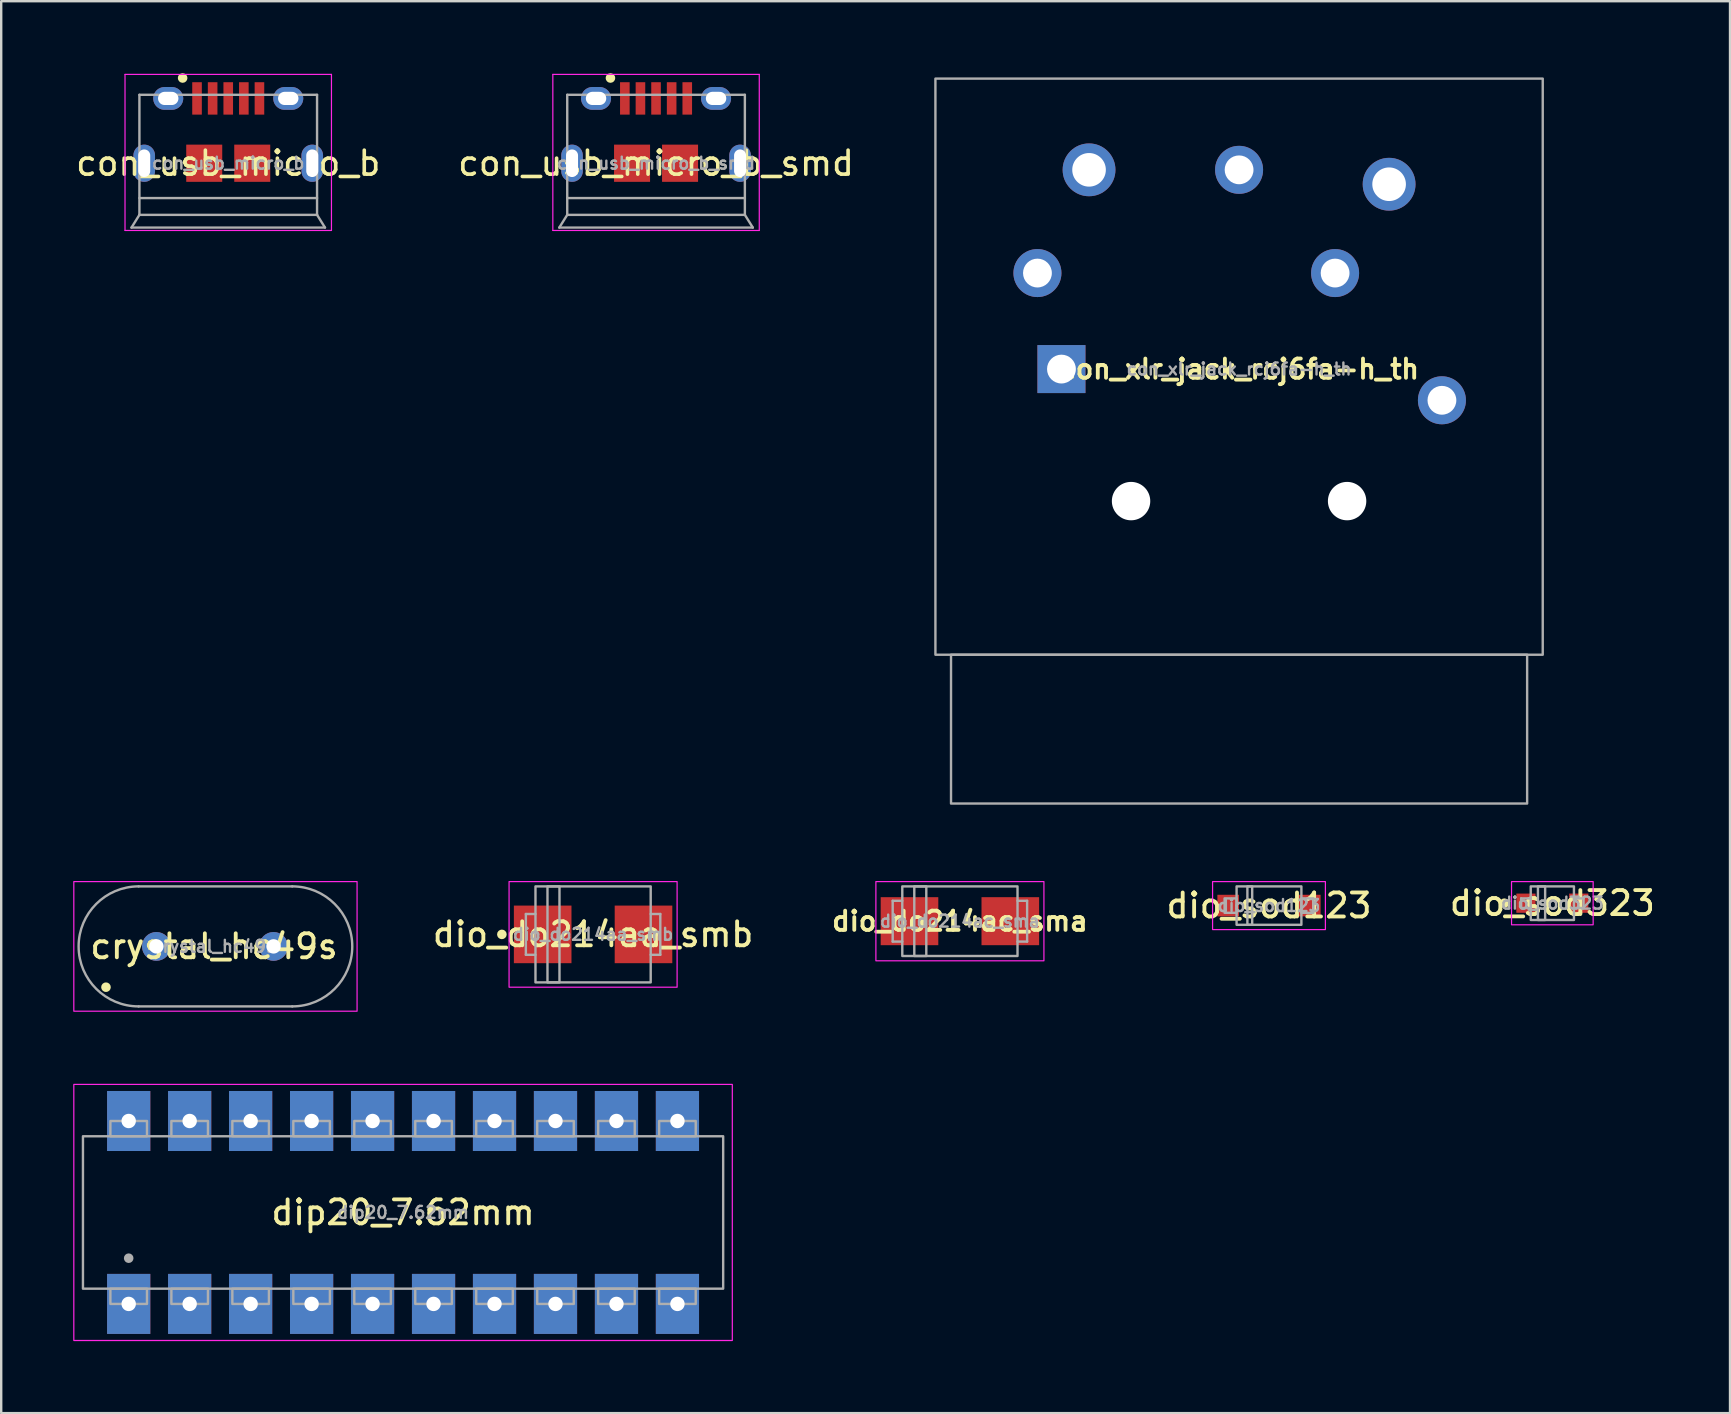
<source format=kicad_pcb>
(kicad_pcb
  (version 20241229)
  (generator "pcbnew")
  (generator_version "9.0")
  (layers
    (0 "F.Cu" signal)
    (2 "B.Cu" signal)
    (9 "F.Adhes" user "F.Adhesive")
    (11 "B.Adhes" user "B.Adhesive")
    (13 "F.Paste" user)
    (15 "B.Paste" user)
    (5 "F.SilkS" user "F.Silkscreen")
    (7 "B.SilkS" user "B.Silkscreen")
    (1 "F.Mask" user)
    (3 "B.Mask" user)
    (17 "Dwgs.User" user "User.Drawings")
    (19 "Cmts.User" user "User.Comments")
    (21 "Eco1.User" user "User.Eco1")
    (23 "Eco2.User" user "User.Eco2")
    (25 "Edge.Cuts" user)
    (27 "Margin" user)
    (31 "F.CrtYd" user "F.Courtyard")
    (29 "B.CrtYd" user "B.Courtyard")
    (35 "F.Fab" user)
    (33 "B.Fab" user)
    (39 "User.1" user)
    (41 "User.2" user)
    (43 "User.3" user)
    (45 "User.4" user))
  (footprint "con_usb_micro_b"
    (layer "F.Cu")
    (at 6.458 3.75)
    (property "Reference" "con_usb_micro_b" (at 0 0 0) (layer "F.SilkS") (effects (font (size 1 1) (thickness 0.15))))
    (attr smd)
    (fp_circle (center -1.9 -3.55) (end -1.8 -3.55) (stroke (width 0.2) (type solid)) (fill no) (layer "F.SilkS"))
    (fp_poly (pts (xy -3.1 0.73) (xy -3.9 0.73) (xy -3.9 -0.73) (xy -3.1 -0.73)) (stroke (width 0.1) (type solid)) (fill yes) (layer "F.Paste"))
    (fp_poly (pts (xy -1.92 -2.27) (xy -3.08 -2.27) (xy -3.08 -3.13) (xy -1.92 -3.13)) (stroke (width 0.1) (type solid)) (fill yes) (layer "F.Paste"))
    (fp_poly (pts (xy 3.08 -2.27) (xy 1.92 -2.27) (xy 1.92 -3.13) (xy 3.08 -3.13)) (stroke (width 0.1) (type solid)) (fill yes) (layer "F.Paste"))
    (fp_poly (pts (xy 3.9 0.73) (xy 3.1 0.73) (xy 3.1 -0.73) (xy 3.9 -0.73)) (stroke (width 0.1) (type solid)) (fill yes) (layer "F.Paste"))
    (fp_line (start -4.3 -3.7) (end 4.3 -3.7) (stroke (width 0.05) (type solid)) (layer "F.CrtYd"))
    (fp_line (start -4.3 2.8) (end -4.3 -3.7) (stroke (width 0.05) (type solid)) (layer "F.CrtYd"))
    (fp_line (start 4.3 -3.7) (end 4.3 2.8) (stroke (width 0.05) (type solid)) (layer "F.CrtYd"))
    (fp_line (start 4.3 2.8) (end -4.3 2.8) (stroke (width 0.05) (type solid)) (layer "F.CrtYd"))
    (fp_line (start -4.03 2.68) (end 4.03 2.68) (stroke (width 0.1) (type solid)) (layer "F.Fab"))
    (fp_line (start -3.7 -2.85) (end -3.7 2.15) (stroke (width 0.1) (type solid)) (layer "F.Fab"))
    (fp_line (start -3.7 1.45) (end 3.7 1.45) (stroke (width 0.1) (type solid)) (layer "F.Fab"))
    (fp_line (start -3.7 2.15) (end -4.03 2.68) (stroke (width 0.1) (type solid)) (layer "F.Fab"))
    (fp_line (start -3.7 2.15) (end 3.7 2.15) (stroke (width 0.1) (type solid)) (layer "F.Fab"))
    (fp_line (start 3.7 -2.85) (end -3.7 -2.85) (stroke (width 0.1) (type solid)) (layer "F.Fab"))
    (fp_line (start 3.7 2.15) (end 3.7 -2.85) (stroke (width 0.1) (type solid)) (layer "F.Fab"))
    (fp_line (start 3.7 2.15) (end 4.03 2.68) (stroke (width 0.1) (type solid)) (layer "F.Fab"))
    (fp_text user "${REFERENCE}" (at 0 0 0) (layer "F.Fab") (effects (font (size 0.5 0.5) (thickness 0.1))))
    (pad "1" smd rect (at -1.3 -2.7) (size 0.4 1.35) (layers "F.Cu" "F.Mask" "F.Paste"))
    (pad "2" smd rect (at -0.65 -2.7) (size 0.4 1.35) (layers "F.Cu" "F.Mask" "F.Paste"))
    (pad "3" smd rect (at 0 -2.7) (size 0.4 1.35) (layers "F.Cu" "F.Mask" "F.Paste"))
    (pad "4" smd rect (at 0.65 -2.7) (size 0.4 1.35) (layers "F.Cu" "F.Mask" "F.Paste"))
    (pad "5" smd rect (at 1.3 -2.7) (size 0.4 1.35) (layers "F.Cu" "F.Mask" "F.Paste"))
    (pad "6" thru_hole oval (at -3.5 0) (size 0.9 1.55) (drill oval 0.5 1.15) (layers "*.Cu" "*.Mask"))
    (pad "6" thru_hole oval (at -2.5 -2.7) (size 1.25 0.95) (drill oval 0.85 0.55) (layers "*.Cu" "*.Mask"))
    (pad "6" smd rect (at -1 0) (size 1.5 1.55) (layers "F.Cu" "F.Mask" "F.Paste"))
    (pad "6" smd rect (at 1 0) (size 1.5 1.55) (layers "F.Cu" "F.Mask" "F.Paste"))
    (pad "6" thru_hole oval (at 2.5 -2.7) (size 1.25 0.95) (drill oval 0.85 0.55) (layers "*.Cu" "*.Mask"))
    (pad "6" thru_hole oval (at 3.5 0) (size 0.9 1.55) (drill oval 0.5 1.15) (layers "*.Cu" "*.Mask")))
  (footprint "dio_do214aa_smb"
    (layer "F.Cu")
    (at 21.657 35.875)
    (property "Reference" "dio_do214aa_smb" (at 0 0 0) (unlocked yes) (layer "F.SilkS") (effects (font (size 1 1) (thickness 0.16))))
    (attr smd)
    (fp_circle (center -3.8 0) (end -3.7 0) (stroke (width 0.2) (type solid)) (fill no) (layer "F.SilkS"))
    (fp_rect (start -3.5 -2.2) (end 3.5 2.2) (stroke (width 0.05) (type solid)) (fill no) (layer "F.CrtYd"))
    (fp_line (start -2.8 -0.85) (end -2.8 0.85) (stroke (width 0.1) (type solid)) (layer "F.Fab"))
    (fp_line (start -2.8 0.85) (end -2.4 0.85) (stroke (width 0.1) (type solid)) (layer "F.Fab"))
    (fp_line (start -2.4 -0.85) (end -2.8 -0.85) (stroke (width 0.1) (type solid)) (layer "F.Fab"))
    (fp_line (start 2.4 0.85) (end 2.8 0.85) (stroke (width 0.1) (type solid)) (layer "F.Fab"))
    (fp_line (start 2.8 -0.85) (end 2.4 -0.85) (stroke (width 0.1) (type solid)) (layer "F.Fab"))
    (fp_line (start 2.8 0.85) (end 2.8 -0.85) (stroke (width 0.1) (type solid)) (layer "F.Fab"))
    (fp_rect (start -2.4 -2) (end 2.4 2) (stroke (width 0.1) (type solid)) (fill no) (layer "F.Fab"))
    (fp_rect (start -1.9 -2) (end -1.4 2) (stroke (width 0.1) (type solid)) (fill no) (layer "F.Fab"))
    (fp_text user "${REFERENCE}" (at 0 0 0) (unlocked yes) (layer "F.Fab") (effects (font (size 0.5 0.5) (thickness 0.1) (bold yes))))
    (pad "1" smd rect (at -2.1 0) (size 2.4 2.4) (layers "F.Cu" "F.Mask" "F.Paste"))
    (pad "2" smd rect (at 2.1 0) (size 2.4 2.4) (layers "F.Cu" "F.Mask" "F.Paste")))
  (footprint "dip20_7.62mm"
    (layer "F.Cu")
    (at 2.311 51.269)
    (property "Reference" "dip20_7.62mm" (at 11.43 -3.81 0) (unlocked yes) (layer "F.SilkS") (effects (font (size 1 1) (thickness 0.16))))
    (attr smd)
    (fp_rect (start -2.286 1.524) (end 25.146 -9.144) (stroke (width 0.05) (type default)) (fill no) (layer "F.CrtYd"))
    (fp_rect (start -1.905 -6.985) (end 24.765 -0.635) (stroke (width 0.1) (type default)) (fill no) (layer "F.Fab"))
    (fp_rect (start -0.762 -6.985) (end 0.762 -7.62) (stroke (width 0.1) (type default)) (fill no) (layer "F.Fab"))
    (fp_rect (start -0.762 0) (end 0.762 -0.635) (stroke (width 0.1) (type default)) (fill no) (layer "F.Fab"))
    (fp_rect (start 1.778 -6.985) (end 3.302 -7.62) (stroke (width 0.1) (type default)) (fill no) (layer "F.Fab"))
    (fp_rect (start 1.778 0) (end 3.302 -0.635) (stroke (width 0.1) (type default)) (fill no) (layer "F.Fab"))
    (fp_rect (start 4.318 -6.985) (end 5.842 -7.62) (stroke (width 0.1) (type default)) (fill no) (layer "F.Fab"))
    (fp_rect (start 4.318 0) (end 5.842 -0.635) (stroke (width 0.1) (type default)) (fill no) (layer "F.Fab"))
    (fp_rect (start 6.858 -6.985) (end 8.382 -7.62) (stroke (width 0.1) (type default)) (fill no) (layer "F.Fab"))
    (fp_rect (start 6.858 0) (end 8.382 -0.635) (stroke (width 0.1) (type default)) (fill no) (layer "F.Fab"))
    (fp_rect (start 9.398 -6.985) (end 10.922 -7.62) (stroke (width 0.1) (type default)) (fill no) (layer "F.Fab"))
    (fp_rect (start 9.398 0) (end 10.922 -0.635) (stroke (width 0.1) (type default)) (fill no) (layer "F.Fab"))
    (fp_rect (start 11.938 -6.985) (end 13.462 -7.62) (stroke (width 0.1) (type default)) (fill no) (layer "F.Fab"))
    (fp_rect (start 11.938 0) (end 13.462 -0.635) (stroke (width 0.1) (type default)) (fill no) (layer "F.Fab"))
    (fp_rect (start 14.478 -6.985) (end 16.002 -7.62) (stroke (width 0.1) (type default)) (fill no) (layer "F.Fab"))
    (fp_rect (start 14.478 0) (end 16.002 -0.635) (stroke (width 0.1) (type default)) (fill no) (layer "F.Fab"))
    (fp_rect (start 17.018 -6.985) (end 18.542 -7.62) (stroke (width 0.1) (type default)) (fill no) (layer "F.Fab"))
    (fp_rect (start 17.018 0) (end 18.542 -0.635) (stroke (width 0.1) (type default)) (fill no) (layer "F.Fab"))
    (fp_rect (start 19.558 -6.985) (end 21.082 -7.62) (stroke (width 0.1) (type default)) (fill no) (layer "F.Fab"))
    (fp_rect (start 19.558 0) (end 21.082 -0.635) (stroke (width 0.1) (type default)) (fill no) (layer "F.Fab"))
    (fp_rect (start 22.098 -6.985) (end 23.622 -7.62) (stroke (width 0.1) (type default)) (fill no) (layer "F.Fab"))
    (fp_rect (start 22.098 0) (end 23.622 -0.635) (stroke (width 0.1) (type default)) (fill no) (layer "F.Fab"))
    (fp_circle (center 0 -1.905) (end 0.1 -1.905) (stroke (width 0.2) (type solid)) (fill no) (layer "F.Fab"))
    (fp_text user "${REFERENCE}" (at 11.43 -3.81 0) (unlocked yes) (layer "F.Fab") (effects (font (size 0.5 0.5) (thickness 0.1) (bold yes))))
    (pad "1" thru_hole rect (at 0 0) (size 1.8 2.5) (drill 0.6) (layers "*.Cu" "*.Mask"))
    (pad "2" thru_hole rect (at 2.54 0) (size 1.8 2.5) (drill 0.6) (layers "*.Cu" "*.Mask"))
    (pad "3" thru_hole rect (at 5.08 0) (size 1.8 2.5) (drill 0.6) (layers "*.Cu" "*.Mask"))
    (pad "4" thru_hole rect (at 7.62 0) (size 1.8 2.5) (drill 0.6) (layers "*.Cu" "*.Mask"))
    (pad "5" thru_hole rect (at 10.16 0) (size 1.8 2.5) (drill 0.6) (layers "*.Cu" "*.Mask"))
    (pad "6" thru_hole rect (at 12.7 0) (size 1.8 2.5) (drill 0.6) (layers "*.Cu" "*.Mask"))
    (pad "7" thru_hole rect (at 15.24 0) (size 1.8 2.5) (drill 0.6) (layers "*.Cu" "*.Mask"))
    (pad "8" thru_hole rect (at 17.78 0) (size 1.8 2.5) (drill 0.6) (layers "*.Cu" "*.Mask"))
    (pad "9" thru_hole rect (at 20.32 0) (size 1.8 2.5) (drill 0.6) (layers "*.Cu" "*.Mask"))
    (pad "10" thru_hole rect (at 22.86 0) (size 1.8 2.5) (drill 0.6) (layers "*.Cu" "*.Mask"))
    (pad "11" thru_hole rect (at 22.86 -7.62) (size 1.8 2.5) (drill 0.6) (layers "*.Cu" "*.Mask"))
    (pad "12" thru_hole rect (at 20.32 -7.62) (size 1.8 2.5) (drill 0.6) (layers "*.Cu" "*.Mask"))
    (pad "13" thru_hole rect (at 17.78 -7.62) (size 1.8 2.5) (drill 0.6) (layers "*.Cu" "*.Mask"))
    (pad "14" thru_hole rect (at 15.24 -7.62) (size 1.8 2.5) (drill 0.6) (layers "*.Cu" "*.Mask"))
    (pad "15" thru_hole rect (at 12.7 -7.62) (size 1.8 2.5) (drill 0.6) (layers "*.Cu" "*.Mask"))
    (pad "16" thru_hole rect (at 10.16 -7.62) (size 1.8 2.5) (drill 0.6) (layers "*.Cu" "*.Mask"))
    (pad "17" thru_hole rect (at 7.62 -7.62) (size 1.8 2.5) (drill 0.6) (layers "*.Cu" "*.Mask"))
    (pad "18" thru_hole rect (at 5.08 -7.62) (size 1.8 2.5) (drill 0.6) (layers "*.Cu" "*.Mask"))
    (pad "19" thru_hole rect (at 2.54 -7.62) (size 1.8 2.5) (drill 0.6) (layers "*.Cu" "*.Mask"))
    (pad "20" thru_hole rect (at 0 -7.62) (size 1.8 2.5) (drill 0.6) (layers "*.Cu" "*.Mask")))
  (footprint "dio_do214ac_sma"
    (layer "F.Cu")
    (at 36.938 35.325)
    (property "Reference" "dio_do214ac_sma" (at 0 0 0) (unlocked yes) (layer "F.SilkS") (effects (font (size 0.8 0.8) (thickness 0.16))))
    (attr smd)
    (fp_rect (start -3.5 -1.65) (end 3.5 1.65) (stroke (width 0.05) (type solid)) (fill no) (layer "F.CrtYd"))
    (fp_line (start -2.8 -0.85) (end -2.8 0.85) (stroke (width 0.1) (type solid)) (layer "F.Fab"))
    (fp_line (start -2.8 0.85) (end -2.4 0.85) (stroke (width 0.1) (type solid)) (layer "F.Fab"))
    (fp_line (start -2.4 -0.85) (end -2.8 -0.85) (stroke (width 0.1) (type solid)) (layer "F.Fab"))
    (fp_line (start 2.4 0.85) (end 2.8 0.85) (stroke (width 0.1) (type solid)) (layer "F.Fab"))
    (fp_line (start 2.8 -0.85) (end 2.4 -0.85) (stroke (width 0.1) (type solid)) (layer "F.Fab"))
    (fp_line (start 2.8 0.85) (end 2.8 -0.85) (stroke (width 0.1) (type solid)) (layer "F.Fab"))
    (fp_rect (start -2.4 -1.45) (end 2.4 1.45) (stroke (width 0.1) (type solid)) (fill no) (layer "F.Fab"))
    (fp_rect (start -1.9 -1.45) (end -1.4 1.45) (stroke (width 0.1) (type solid)) (fill no) (layer "F.Fab"))
    (fp_text user "${REFERENCE}" (at 0 0 0) (unlocked yes) (layer "F.Fab") (effects (font (size 0.5 0.5) (thickness 0.1) (bold yes))))
    (pad "1" smd rect (at -2.1 0) (size 2.4 2) (layers "F.Cu" "F.Mask" "F.Paste"))
    (pad "2" smd rect (at 2.1 0) (size 2.4 2) (layers "F.Cu" "F.Mask" "F.Paste")))
  (footprint "con_xlr_jack_rcj6fa-h_th"
    (layer "F.Cu")
    (at 41.168 12.325)
    (property "Reference" "con_xlr_jack_rcj6fa-h_th" (at 7.4 0 0) (layer "F.SilkS") (effects (font (size 0.8 0.8) (thickness 0.16))))
    (attr through_hole exclude_from_pos_files)
    (fp_rect (start -5.5 -12.3) (end 20.3 18.3) (stroke (width 0.05) (type solid)) (fill no) (layer "Margin"))
    (fp_rect (start -5.25 -12.1) (end 20.05 11.9) (stroke (width 0.1) (type solid)) (fill no) (layer "F.Fab"))
    (fp_rect (start -4.6 11.9) (end 19.4 18.1) (stroke (width 0.1) (type solid)) (fill no) (layer "F.Fab"))
    (fp_text user "${REFERENCE}" (at 7.4 0 0) (layer "F.Fab") (effects (font (size 0.5 0.5) (thickness 0.1) (bold yes))))
    (pad "" np_thru_hole circle (at 2.9 5.5) (size 1.6 1.6) (drill 1.6) (layers "*.Cu" "*.Mask"))
    (pad "" np_thru_hole circle (at 11.9 5.5) (size 1.6 1.6) (drill 1.6) (layers "*.Cu" "*.Mask"))
    (pad "1" thru_hole circle (at 13.65 -7.7) (size 2.2 2.2) (drill 1.4) (layers "*.Cu" "*.Mask"))
    (pad "2" thru_hole circle (at 1.15 -8.3) (size 2.2 2.2) (drill 1.4) (layers "*.Cu" "*.Mask"))
    (pad "3" thru_hole circle (at 7.4 -8.3) (size 2 2) (drill 1.2) (layers "*.Cu" "*.Mask"))
    (pad "G" thru_hole circle (at 15.85 1.3) (size 2 2) (drill 1.2) (layers "*.Cu" "*.Mask"))
    (pad "R" thru_hole circle (at 11.4 -4) (size 2 2) (drill 1.2) (layers "*.Cu" "*.Mask"))
    (pad "S" thru_hole rect (at 0 0) (size 2 2) (drill 1.2) (layers "*.Cu" "*.Mask"))
    (pad "T" thru_hole circle (at -1 -4) (size 2 2) (drill 1.2) (layers "*.Cu" "*.Mask")))
  (footprint "crystal_hc49s"
    (layer "F.Cu")
    (at 3.465 36.375)
    (property "Reference" "crystal_hc49s" (at 2.4 0 0) (unlocked yes) (layer "F.SilkS") (effects (font (size 1 1) (thickness 0.16))))
    (attr through_hole exclude_from_pos_files)
    (fp_circle (center -2.1 1.7) (end -2 1.7) (stroke (width 0.2) (type solid)) (fill no) (layer "F.SilkS"))
    (fp_rect (start -3.44 -2.7) (end 8.36 2.7) (stroke (width 0.05) (type solid)) (fill no) (layer "F.CrtYd"))
    (fp_line (start -0.74 -2.5) (end 5.66 -2.5) (stroke (width 0.1) (type default)) (layer "F.Fab"))
    (fp_line (start 5.66 2.5) (end -0.74 2.5) (stroke (width 0.1) (type default)) (layer "F.Fab"))
    (fp_arc (start -0.74 2.5) (mid -3.24 0) (end -0.74 -2.5) (stroke (width 0.1) (type default)) (layer "F.Fab"))
    (fp_arc (start 5.66 -2.5) (mid 8.16 0) (end 5.66 2.5) (stroke (width 0.1) (type default)) (layer "F.Fab"))
    (fp_text user "${REFERENCE}" (at 2.4 0 0) (unlocked yes) (layer "F.Fab") (effects (font (size 0.5 0.5) (thickness 0.1))))
    (pad "1" thru_hole circle (at 0 0) (size 1.2 1.2) (drill 0.6) (layers "*.Cu" "*.Mask"))
    (pad "2" thru_hole circle (at 4.88 0) (size 1.2 1.2) (drill 0.6) (layers "*.Cu" "*.Mask")))
  (footprint "dio_sod123"
    (layer "F.Cu")
    (at 49.814 34.675)
    (property "Reference" "dio_sod123" (at 0 0 0) (layer "F.SilkS") (effects (font (size 1 1) (thickness 0.16))))
    (attr smd)
    (fp_rect (start -2.35 -1) (end 2.35 1) (stroke (width 0.05) (type solid)) (fill no) (layer "F.CrtYd"))
    (fp_rect (start -1.85 -0.3) (end -1.35 0.3) (stroke (width 0.1) (type default)) (fill no) (layer "F.Fab"))
    (fp_rect (start -1.35 -0.8) (end 1.35 0.8) (stroke (width 0.1) (type solid)) (fill no) (layer "F.Fab"))
    (fp_rect (start -0.9 -0.8) (end -0.7 0.8) (stroke (width 0.1) (type solid)) (fill no) (layer "F.Fab"))
    (fp_rect (start 1.35 -0.3) (end 1.85 0.3) (stroke (width 0.1) (type default)) (fill no) (layer "F.Fab"))
    (fp_text user "${REFERENCE}" (at 0 0 0) (layer "F.Fab") (effects (font (size 0.5 0.5) (thickness 0.1))))
    (pad "1" smd rect (at -1.7 0 180) (size 0.9 0.9) (layers "F.Cu" "F.Mask" "F.Paste"))
    (pad "2" smd rect (at 1.7 0 180) (size 0.9 0.9) (layers "F.Cu" "F.Mask" "F.Paste")))
  (footprint "con_usb_micro_b_smd"
    (layer "F.Cu")
    (at 24.28 3.75)
    (property "Reference" "con_usb_micro_b_smd" (at 0 0 0) (layer "F.SilkS") (effects (font (size 1 1) (thickness 0.15))))
    (attr smd)
    (fp_circle (center -1.9 -3.55) (end -1.8 -3.55) (stroke (width 0.2) (type solid)) (fill no) (layer "F.SilkS"))
    (fp_poly (pts (xy -3.1 0.73) (xy -3.9 0.73) (xy -3.9 -0.73) (xy -3.1 -0.73)) (stroke (width 0.1) (type solid)) (fill yes) (layer "F.Paste"))
    (fp_poly (pts (xy -1.92 -2.27) (xy -3.08 -2.27) (xy -3.08 -3.13) (xy -1.92 -3.13)) (stroke (width 0.1) (type solid)) (fill yes) (layer "F.Paste"))
    (fp_poly (pts (xy 3.08 -2.27) (xy 1.92 -2.27) (xy 1.92 -3.13) (xy 3.08 -3.13)) (stroke (width 0.1) (type solid)) (fill yes) (layer "F.Paste"))
    (fp_poly (pts (xy 3.9 0.73) (xy 3.1 0.73) (xy 3.1 -0.73) (xy 3.9 -0.73)) (stroke (width 0.1) (type solid)) (fill yes) (layer "F.Paste"))
    (fp_line (start -4.3 -3.7) (end 4.3 -3.7) (stroke (width 0.05) (type solid)) (layer "F.CrtYd"))
    (fp_line (start -4.3 2.8) (end -4.3 -3.7) (stroke (width 0.05) (type solid)) (layer "F.CrtYd"))
    (fp_line (start 4.3 -3.7) (end 4.3 2.8) (stroke (width 0.05) (type solid)) (layer "F.CrtYd"))
    (fp_line (start 4.3 2.8) (end -4.3 2.8) (stroke (width 0.05) (type solid)) (layer "F.CrtYd"))
    (fp_line (start -4.03 2.68) (end 4.03 2.68) (stroke (width 0.1) (type solid)) (layer "F.Fab"))
    (fp_line (start -3.7 -2.85) (end -3.7 2.15) (stroke (width 0.1) (type solid)) (layer "F.Fab"))
    (fp_line (start -3.7 1.45) (end 3.7 1.45) (stroke (width 0.1) (type solid)) (layer "F.Fab"))
    (fp_line (start -3.7 2.15) (end -4.03 2.68) (stroke (width 0.1) (type solid)) (layer "F.Fab"))
    (fp_line (start -3.7 2.15) (end 3.7 2.15) (stroke (width 0.1) (type solid)) (layer "F.Fab"))
    (fp_line (start 3.7 -2.85) (end -3.7 -2.85) (stroke (width 0.1) (type solid)) (layer "F.Fab"))
    (fp_line (start 3.7 2.15) (end 3.7 -2.85) (stroke (width 0.1) (type solid)) (layer "F.Fab"))
    (fp_line (start 3.7 2.15) (end 4.03 2.68) (stroke (width 0.1) (type solid)) (layer "F.Fab"))
    (fp_text user "${REFERENCE}" (at 0 0 0) (layer "F.Fab") (effects (font (size 0.5 0.5) (thickness 0.1))))
    (pad "1" smd rect (at -1.3 -2.7) (size 0.4 1.35) (layers "F.Cu" "F.Mask" "F.Paste"))
    (pad "2" smd rect (at -0.65 -2.7) (size 0.4 1.35) (layers "F.Cu" "F.Mask" "F.Paste"))
    (pad "3" smd rect (at 0 -2.7) (size 0.4 1.35) (layers "F.Cu" "F.Mask" "F.Paste"))
    (pad "4" smd rect (at 0.65 -2.7) (size 0.4 1.35) (layers "F.Cu" "F.Mask" "F.Paste"))
    (pad "5" smd rect (at 1.3 -2.7) (size 0.4 1.35) (layers "F.Cu" "F.Mask" "F.Paste"))
    (pad "6" thru_hole oval (at -3.5 0) (size 0.9 1.55) (drill oval 0.5 1.15) (layers "*.Cu" "*.Mask"))
    (pad "6" thru_hole oval (at -2.5 -2.7) (size 1.25 0.95) (drill oval 0.85 0.55) (layers "*.Cu" "*.Mask"))
    (pad "6" smd rect (at -1 0) (size 1.5 1.55) (layers "F.Cu" "F.Mask" "F.Paste"))
    (pad "6" smd rect (at 1 0) (size 1.5 1.55) (layers "F.Cu" "F.Mask" "F.Paste"))
    (pad "6" thru_hole oval (at 2.5 -2.7) (size 1.25 0.95) (drill oval 0.85 0.55) (layers "*.Cu" "*.Mask"))
    (pad "6" thru_hole oval (at 3.5 0) (size 0.9 1.55) (drill oval 0.5 1.15) (layers "*.Cu" "*.Mask")))
  (footprint "dio_sod323"
    (layer "F.Cu")
    (at 61.618 34.575)
    (property "Reference" "dio_sod323" (at 0 0 0) (unlocked yes) (layer "F.SilkS") (effects (font (size 1 1) (thickness 0.16))))
    (attr smd)
    (fp_circle (center -2 0) (end -1.9 0) (stroke (width 0.2) (type solid)) (fill no) (layer "F.SilkS"))
    (fp_rect (start -1.7 -0.9) (end 1.7 0.9) (stroke (width 0.05) (type solid)) (fill no) (layer "F.CrtYd"))
    (fp_line (start -1.3 -0.2) (end -1.3 0.2) (stroke (width 0.1) (type solid)) (layer "F.Fab"))
    (fp_line (start -1.3 -0.2) (end -0.9 -0.2) (stroke (width 0.1) (type solid)) (layer "F.Fab"))
    (fp_line (start -1.3 0.2) (end -0.9 0.2) (stroke (width 0.1) (type solid)) (layer "F.Fab"))
    (fp_line (start 1.3 -0.2) (end 0.9 -0.2) (stroke (width 0.1) (type solid)) (layer "F.Fab"))
    (fp_line (start 1.3 -0.2) (end 1.3 0.2) (stroke (width 0.1) (type solid)) (layer "F.Fab"))
    (fp_line (start 1.3 0.2) (end 0.9 0.2) (stroke (width 0.1) (type solid)) (layer "F.Fab"))
    (fp_rect (start -0.9 -0.7) (end 0.9 0.7) (stroke (width 0.1) (type solid)) (fill no) (layer "F.Fab"))
    (fp_rect (start -0.6 -0.7) (end -0.3 0.7) (stroke (width 0.1) (type solid)) (fill no) (layer "F.Fab"))
    (fp_text user "${REFERENCE}" (at 0 0 0) (unlocked yes) (layer "F.Fab") (effects (font (size 0.5 0.5) (thickness 0.1) (bold yes))))
    (pad "1" smd rect (at -1.1 0) (size 0.8 0.8) (layers "F.Cu" "F.Mask" "F.Paste"))
    (pad "2" smd rect (at 1.1 0) (size 0.8 0.8) (layers "F.Cu" "F.Mask" "F.Paste")))
  (gr_rect
    (start -3 -3)
    (end 69.02 55.818)
    (stroke (width 0.1) (type default))
    (fill no)
    (layer "Edge.Cuts")))
</source>
